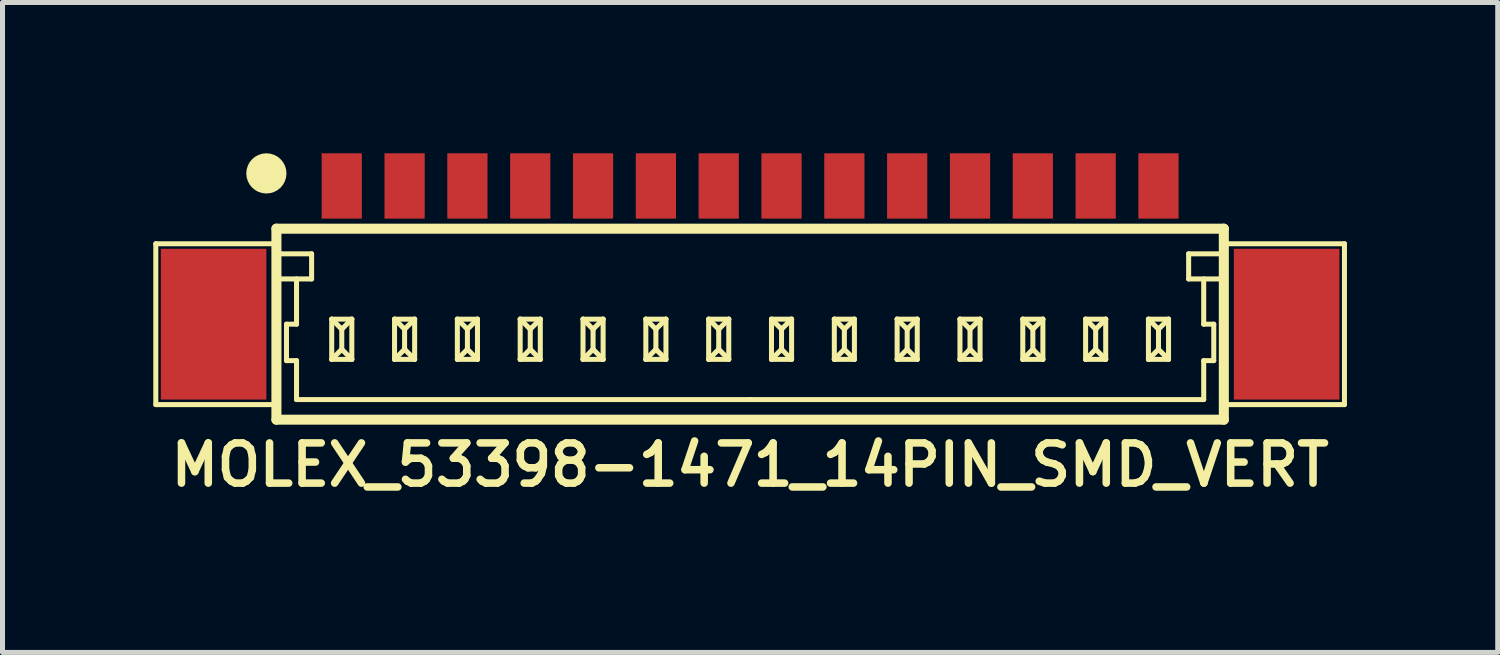
<source format=kicad_pcb>
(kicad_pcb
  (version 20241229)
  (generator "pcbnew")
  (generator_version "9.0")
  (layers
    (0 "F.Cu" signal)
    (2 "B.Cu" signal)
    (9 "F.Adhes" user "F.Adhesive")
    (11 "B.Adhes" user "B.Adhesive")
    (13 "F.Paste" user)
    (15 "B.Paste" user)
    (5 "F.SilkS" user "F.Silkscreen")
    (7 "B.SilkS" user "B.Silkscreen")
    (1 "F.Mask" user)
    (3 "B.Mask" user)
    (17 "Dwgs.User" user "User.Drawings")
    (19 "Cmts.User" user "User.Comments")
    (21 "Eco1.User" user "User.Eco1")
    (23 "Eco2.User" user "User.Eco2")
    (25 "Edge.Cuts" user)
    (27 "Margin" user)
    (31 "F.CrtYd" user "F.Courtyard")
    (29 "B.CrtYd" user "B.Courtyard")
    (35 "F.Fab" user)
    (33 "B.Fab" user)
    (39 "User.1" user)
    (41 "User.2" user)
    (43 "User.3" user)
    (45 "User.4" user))
  (footprint "MOLEX_53398-1471_14PIN_SMD_VERT"
    (layer "F.Cu")
    (at 11.875 3.4)
    (property "Reference" "MOLEX_53398-1471_14PIN_SMD_VERT" (at 0 2.8 0) (layer "F.SilkS") (effects (font (size 0.8 0.8) (thickness 0.15))))
    (attr through_hole)
    (fp_line (start -11.825 -1.6) (end -9.425 -1.6) (stroke (width 0.1) (type solid)) (layer "F.SilkS"))
    (fp_line (start -11.825 1.6) (end -11.825 -1.6) (stroke (width 0.1) (type solid)) (layer "F.SilkS"))
    (fp_line (start -9.425 -1.9) (end -9.425 1.9) (stroke (width 0.2) (type solid)) (layer "F.SilkS"))
    (fp_line (start -9.425 -1.9) (end 9.425 -1.9) (stroke (width 0.2) (type solid)) (layer "F.SilkS"))
    (fp_line (start -9.425 -0.9) (end -8.725 -0.9) (stroke (width 0.1) (type solid)) (layer "F.SilkS"))
    (fp_line (start -9.425 1.6) (end -11.825 1.6) (stroke (width 0.1) (type solid)) (layer "F.SilkS"))
    (fp_line (start -9.425 1.9) (end 9.425 1.9) (stroke (width 0.2) (type solid)) (layer "F.SilkS"))
    (fp_line (start -9.225 0) (end -9.025 0) (stroke (width 0.1) (type solid)) (layer "F.SilkS"))
    (fp_line (start -9.225 0.725) (end -9.225 0) (stroke (width 0.1) (type solid)) (layer "F.SilkS"))
    (fp_line (start -9.025 0) (end -9.025 -0.9) (stroke (width 0.1) (type solid)) (layer "F.SilkS"))
    (fp_line (start -9.025 0.725) (end -9.225 0.725) (stroke (width 0.1) (type solid)) (layer "F.SilkS"))
    (fp_line (start -9.025 1.5) (end -9.025 0.725) (stroke (width 0.1) (type solid)) (layer "F.SilkS"))
    (fp_line (start -8.725 -1.4) (end -9.425 -1.4) (stroke (width 0.1) (type solid)) (layer "F.SilkS"))
    (fp_line (start -8.725 -0.9) (end -8.725 -1.4) (stroke (width 0.1) (type solid)) (layer "F.SilkS"))
    (fp_line (start -8.325 -0.1) (end -8.325 0.7) (stroke (width 0.1) (type solid)) (layer "F.SilkS"))
    (fp_line (start -8.325 -0.1) (end -8.125 0.1) (stroke (width 0.1) (type solid)) (layer "F.SilkS"))
    (fp_line (start -8.325 -0.1) (end -7.925 -0.1) (stroke (width 0.1) (type solid)) (layer "F.SilkS"))
    (fp_line (start -8.325 0.7) (end -8.125 0.5) (stroke (width 0.1) (type solid)) (layer "F.SilkS"))
    (fp_line (start -8.325 0.7) (end -7.925 0.7) (stroke (width 0.1) (type solid)) (layer "F.SilkS"))
    (fp_line (start -8.125 0.1) (end -7.925 -0.1) (stroke (width 0.1) (type solid)) (layer "F.SilkS"))
    (fp_line (start -8.125 0.5) (end -8.125 0.1) (stroke (width 0.1) (type solid)) (layer "F.SilkS"))
    (fp_line (start -8.125 0.5) (end -7.925 0.7) (stroke (width 0.1) (type solid)) (layer "F.SilkS"))
    (fp_line (start -7.925 -0.1) (end -7.925 0.7) (stroke (width 0.1) (type solid)) (layer "F.SilkS"))
    (fp_line (start -7.075 -0.1) (end -7.075 0.7) (stroke (width 0.1) (type solid)) (layer "F.SilkS"))
    (fp_line (start -7.075 -0.1) (end -6.875 0.1) (stroke (width 0.1) (type solid)) (layer "F.SilkS"))
    (fp_line (start -7.075 -0.1) (end -6.675 -0.1) (stroke (width 0.1) (type solid)) (layer "F.SilkS"))
    (fp_line (start -7.075 0.7) (end -6.875 0.5) (stroke (width 0.1) (type solid)) (layer "F.SilkS"))
    (fp_line (start -7.075 0.7) (end -6.675 0.7) (stroke (width 0.1) (type solid)) (layer "F.SilkS"))
    (fp_line (start -6.875 0.1) (end -6.675 -0.1) (stroke (width 0.1) (type solid)) (layer "F.SilkS"))
    (fp_line (start -6.875 0.5) (end -6.875 0.1) (stroke (width 0.1) (type solid)) (layer "F.SilkS"))
    (fp_line (start -6.875 0.5) (end -6.675 0.7) (stroke (width 0.1) (type solid)) (layer "F.SilkS"))
    (fp_line (start -6.675 -0.1) (end -6.675 0.7) (stroke (width 0.1) (type solid)) (layer "F.SilkS"))
    (fp_line (start -5.825 -0.1) (end -5.825 0.7) (stroke (width 0.1) (type solid)) (layer "F.SilkS"))
    (fp_line (start -5.825 -0.1) (end -5.625 0.1) (stroke (width 0.1) (type solid)) (layer "F.SilkS"))
    (fp_line (start -5.825 -0.1) (end -5.425 -0.1) (stroke (width 0.1) (type solid)) (layer "F.SilkS"))
    (fp_line (start -5.825 0.7) (end -5.625 0.5) (stroke (width 0.1) (type solid)) (layer "F.SilkS"))
    (fp_line (start -5.825 0.7) (end -5.425 0.7) (stroke (width 0.1) (type solid)) (layer "F.SilkS"))
    (fp_line (start -5.625 0.1) (end -5.425 -0.1) (stroke (width 0.1) (type solid)) (layer "F.SilkS"))
    (fp_line (start -5.625 0.5) (end -5.625 0.1) (stroke (width 0.1) (type solid)) (layer "F.SilkS"))
    (fp_line (start -5.625 0.5) (end -5.425 0.7) (stroke (width 0.1) (type solid)) (layer "F.SilkS"))
    (fp_line (start -5.425 -0.1) (end -5.425 0.7) (stroke (width 0.1) (type solid)) (layer "F.SilkS"))
    (fp_line (start -4.575 -0.1) (end -4.575 0.7) (stroke (width 0.1) (type solid)) (layer "F.SilkS"))
    (fp_line (start -4.575 -0.1) (end -4.375 0.1) (stroke (width 0.1) (type solid)) (layer "F.SilkS"))
    (fp_line (start -4.575 -0.1) (end -4.175 -0.1) (stroke (width 0.1) (type solid)) (layer "F.SilkS"))
    (fp_line (start -4.575 0.7) (end -4.375 0.5) (stroke (width 0.1) (type solid)) (layer "F.SilkS"))
    (fp_line (start -4.575 0.7) (end -4.175 0.7) (stroke (width 0.1) (type solid)) (layer "F.SilkS"))
    (fp_line (start -4.375 0.1) (end -4.175 -0.1) (stroke (width 0.1) (type solid)) (layer "F.SilkS"))
    (fp_line (start -4.375 0.5) (end -4.375 0.1) (stroke (width 0.1) (type solid)) (layer "F.SilkS"))
    (fp_line (start -4.375 0.5) (end -4.175 0.7) (stroke (width 0.1) (type solid)) (layer "F.SilkS"))
    (fp_line (start -4.175 -0.1) (end -4.175 0.7) (stroke (width 0.1) (type solid)) (layer "F.SilkS"))
    (fp_line (start -3.325 -0.1) (end -3.325 0.7) (stroke (width 0.1) (type solid)) (layer "F.SilkS"))
    (fp_line (start -3.325 -0.1) (end -3.125 0.1) (stroke (width 0.1) (type solid)) (layer "F.SilkS"))
    (fp_line (start -3.325 -0.1) (end -2.925 -0.1) (stroke (width 0.1) (type solid)) (layer "F.SilkS"))
    (fp_line (start -3.325 0.7) (end -3.125 0.5) (stroke (width 0.1) (type solid)) (layer "F.SilkS"))
    (fp_line (start -3.325 0.7) (end -2.925 0.7) (stroke (width 0.1) (type solid)) (layer "F.SilkS"))
    (fp_line (start -3.125 0.1) (end -2.925 -0.1) (stroke (width 0.1) (type solid)) (layer "F.SilkS"))
    (fp_line (start -3.125 0.5) (end -3.125 0.1) (stroke (width 0.1) (type solid)) (layer "F.SilkS"))
    (fp_line (start -3.125 0.5) (end -2.925 0.7) (stroke (width 0.1) (type solid)) (layer "F.SilkS"))
    (fp_line (start -2.925 -0.1) (end -2.925 0.7) (stroke (width 0.1) (type solid)) (layer "F.SilkS"))
    (fp_line (start -2.075 -0.1) (end -2.075 0.7) (stroke (width 0.1) (type solid)) (layer "F.SilkS"))
    (fp_line (start -2.075 -0.1) (end -1.875 0.1) (stroke (width 0.1) (type solid)) (layer "F.SilkS"))
    (fp_line (start -2.075 -0.1) (end -1.675 -0.1) (stroke (width 0.1) (type solid)) (layer "F.SilkS"))
    (fp_line (start -2.075 0.7) (end -1.875 0.5) (stroke (width 0.1) (type solid)) (layer "F.SilkS"))
    (fp_line (start -2.075 0.7) (end -1.675 0.7) (stroke (width 0.1) (type solid)) (layer "F.SilkS"))
    (fp_line (start -1.875 0.1) (end -1.675 -0.1) (stroke (width 0.1) (type solid)) (layer "F.SilkS"))
    (fp_line (start -1.875 0.5) (end -1.875 0.1) (stroke (width 0.1) (type solid)) (layer "F.SilkS"))
    (fp_line (start -1.875 0.5) (end -1.675 0.7) (stroke (width 0.1) (type solid)) (layer "F.SilkS"))
    (fp_line (start -1.675 -0.1) (end -1.675 0.7) (stroke (width 0.1) (type solid)) (layer "F.SilkS"))
    (fp_line (start -0.825 -0.1) (end -0.825 0.7) (stroke (width 0.1) (type solid)) (layer "F.SilkS"))
    (fp_line (start -0.825 -0.1) (end -0.625 0.1) (stroke (width 0.1) (type solid)) (layer "F.SilkS"))
    (fp_line (start -0.825 -0.1) (end -0.425 -0.1) (stroke (width 0.1) (type solid)) (layer "F.SilkS"))
    (fp_line (start -0.825 0.7) (end -0.625 0.5) (stroke (width 0.1) (type solid)) (layer "F.SilkS"))
    (fp_line (start -0.825 0.7) (end -0.425 0.7) (stroke (width 0.1) (type solid)) (layer "F.SilkS"))
    (fp_line (start -0.625 0.1) (end -0.425 -0.1) (stroke (width 0.1) (type solid)) (layer "F.SilkS"))
    (fp_line (start -0.625 0.5) (end -0.625 0.1) (stroke (width 0.1) (type solid)) (layer "F.SilkS"))
    (fp_line (start -0.625 0.5) (end -0.425 0.7) (stroke (width 0.1) (type solid)) (layer "F.SilkS"))
    (fp_line (start -0.425 -0.1) (end -0.425 0.7) (stroke (width 0.1) (type solid)) (layer "F.SilkS"))
    (fp_line (start 0 1.5) (end -9.025 1.5) (stroke (width 0.1) (type solid)) (layer "F.SilkS"))
    (fp_line (start 0 1.5) (end 9.025 1.5) (stroke (width 0.1) (type solid)) (layer "F.SilkS"))
    (fp_line (start 0.425 -0.1) (end 0.425 0.7) (stroke (width 0.1) (type solid)) (layer "F.SilkS"))
    (fp_line (start 0.425 -0.1) (end 0.625 0.1) (stroke (width 0.1) (type solid)) (layer "F.SilkS"))
    (fp_line (start 0.425 -0.1) (end 0.825 -0.1) (stroke (width 0.1) (type solid)) (layer "F.SilkS"))
    (fp_line (start 0.425 0.7) (end 0.625 0.5) (stroke (width 0.1) (type solid)) (layer "F.SilkS"))
    (fp_line (start 0.425 0.7) (end 0.825 0.7) (stroke (width 0.1) (type solid)) (layer "F.SilkS"))
    (fp_line (start 0.625 0.1) (end 0.825 -0.1) (stroke (width 0.1) (type solid)) (layer "F.SilkS"))
    (fp_line (start 0.625 0.5) (end 0.625 0.1) (stroke (width 0.1) (type solid)) (layer "F.SilkS"))
    (fp_line (start 0.625 0.5) (end 0.825 0.7) (stroke (width 0.1) (type solid)) (layer "F.SilkS"))
    (fp_line (start 0.825 -0.1) (end 0.825 0.7) (stroke (width 0.1) (type solid)) (layer "F.SilkS"))
    (fp_line (start 1.675 -0.1) (end 1.675 0.7) (stroke (width 0.1) (type solid)) (layer "F.SilkS"))
    (fp_line (start 1.675 -0.1) (end 1.875 0.1) (stroke (width 0.1) (type solid)) (layer "F.SilkS"))
    (fp_line (start 1.675 -0.1) (end 2.075 -0.1) (stroke (width 0.1) (type solid)) (layer "F.SilkS"))
    (fp_line (start 1.675 0.7) (end 1.875 0.5) (stroke (width 0.1) (type solid)) (layer "F.SilkS"))
    (fp_line (start 1.675 0.7) (end 2.075 0.7) (stroke (width 0.1) (type solid)) (layer "F.SilkS"))
    (fp_line (start 1.875 0.1) (end 2.075 -0.1) (stroke (width 0.1) (type solid)) (layer "F.SilkS"))
    (fp_line (start 1.875 0.5) (end 1.875 0.1) (stroke (width 0.1) (type solid)) (layer "F.SilkS"))
    (fp_line (start 1.875 0.5) (end 2.075 0.7) (stroke (width 0.1) (type solid)) (layer "F.SilkS"))
    (fp_line (start 2.075 -0.1) (end 2.075 0.7) (stroke (width 0.1) (type solid)) (layer "F.SilkS"))
    (fp_line (start 2.925 -0.1) (end 2.925 0.7) (stroke (width 0.1) (type solid)) (layer "F.SilkS"))
    (fp_line (start 2.925 -0.1) (end 3.125 0.1) (stroke (width 0.1) (type solid)) (layer "F.SilkS"))
    (fp_line (start 2.925 -0.1) (end 3.325 -0.1) (stroke (width 0.1) (type solid)) (layer "F.SilkS"))
    (fp_line (start 2.925 0.7) (end 3.125 0.5) (stroke (width 0.1) (type solid)) (layer "F.SilkS"))
    (fp_line (start 2.925 0.7) (end 3.325 0.7) (stroke (width 0.1) (type solid)) (layer "F.SilkS"))
    (fp_line (start 3.125 0.1) (end 3.325 -0.1) (stroke (width 0.1) (type solid)) (layer "F.SilkS"))
    (fp_line (start 3.125 0.5) (end 3.125 0.1) (stroke (width 0.1) (type solid)) (layer "F.SilkS"))
    (fp_line (start 3.125 0.5) (end 3.325 0.7) (stroke (width 0.1) (type solid)) (layer "F.SilkS"))
    (fp_line (start 3.325 -0.1) (end 3.325 0.7) (stroke (width 0.1) (type solid)) (layer "F.SilkS"))
    (fp_line (start 4.175 -0.1) (end 4.175 0.7) (stroke (width 0.1) (type solid)) (layer "F.SilkS"))
    (fp_line (start 4.175 -0.1) (end 4.375 0.1) (stroke (width 0.1) (type solid)) (layer "F.SilkS"))
    (fp_line (start 4.175 -0.1) (end 4.575 -0.1) (stroke (width 0.1) (type solid)) (layer "F.SilkS"))
    (fp_line (start 4.175 0.7) (end 4.375 0.5) (stroke (width 0.1) (type solid)) (layer "F.SilkS"))
    (fp_line (start 4.175 0.7) (end 4.575 0.7) (stroke (width 0.1) (type solid)) (layer "F.SilkS"))
    (fp_line (start 4.375 0.1) (end 4.575 -0.1) (stroke (width 0.1) (type solid)) (layer "F.SilkS"))
    (fp_line (start 4.375 0.5) (end 4.375 0.1) (stroke (width 0.1) (type solid)) (layer "F.SilkS"))
    (fp_line (start 4.375 0.5) (end 4.575 0.7) (stroke (width 0.1) (type solid)) (layer "F.SilkS"))
    (fp_line (start 4.575 -0.1) (end 4.575 0.7) (stroke (width 0.1) (type solid)) (layer "F.SilkS"))
    (fp_line (start 5.425 -0.1) (end 5.425 0.7) (stroke (width 0.1) (type solid)) (layer "F.SilkS"))
    (fp_line (start 5.425 -0.1) (end 5.625 0.1) (stroke (width 0.1) (type solid)) (layer "F.SilkS"))
    (fp_line (start 5.425 -0.1) (end 5.825 -0.1) (stroke (width 0.1) (type solid)) (layer "F.SilkS"))
    (fp_line (start 5.425 0.7) (end 5.625 0.5) (stroke (width 0.1) (type solid)) (layer "F.SilkS"))
    (fp_line (start 5.425 0.7) (end 5.825 0.7) (stroke (width 0.1) (type solid)) (layer "F.SilkS"))
    (fp_line (start 5.625 0.1) (end 5.825 -0.1) (stroke (width 0.1) (type solid)) (layer "F.SilkS"))
    (fp_line (start 5.625 0.5) (end 5.625 0.1) (stroke (width 0.1) (type solid)) (layer "F.SilkS"))
    (fp_line (start 5.625 0.5) (end 5.825 0.7) (stroke (width 0.1) (type solid)) (layer "F.SilkS"))
    (fp_line (start 5.825 -0.1) (end 5.825 0.7) (stroke (width 0.1) (type solid)) (layer "F.SilkS"))
    (fp_line (start 6.675 -0.1) (end 6.675 0.7) (stroke (width 0.1) (type solid)) (layer "F.SilkS"))
    (fp_line (start 6.675 -0.1) (end 6.875 0.1) (stroke (width 0.1) (type solid)) (layer "F.SilkS"))
    (fp_line (start 6.675 -0.1) (end 7.075 -0.1) (stroke (width 0.1) (type solid)) (layer "F.SilkS"))
    (fp_line (start 6.675 0.7) (end 6.875 0.5) (stroke (width 0.1) (type solid)) (layer "F.SilkS"))
    (fp_line (start 6.675 0.7) (end 7.075 0.7) (stroke (width 0.1) (type solid)) (layer "F.SilkS"))
    (fp_line (start 6.875 0.1) (end 7.075 -0.1) (stroke (width 0.1) (type solid)) (layer "F.SilkS"))
    (fp_line (start 6.875 0.5) (end 6.875 0.1) (stroke (width 0.1) (type solid)) (layer "F.SilkS"))
    (fp_line (start 6.875 0.5) (end 7.075 0.7) (stroke (width 0.1) (type solid)) (layer "F.SilkS"))
    (fp_line (start 7.075 -0.1) (end 7.075 0.7) (stroke (width 0.1) (type solid)) (layer "F.SilkS"))
    (fp_line (start 7.925 -0.1) (end 7.925 0.7) (stroke (width 0.1) (type solid)) (layer "F.SilkS"))
    (fp_line (start 7.925 -0.1) (end 8.125 0.1) (stroke (width 0.1) (type solid)) (layer "F.SilkS"))
    (fp_line (start 7.925 -0.1) (end 8.325 -0.1) (stroke (width 0.1) (type solid)) (layer "F.SilkS"))
    (fp_line (start 7.925 0.7) (end 8.125 0.5) (stroke (width 0.1) (type solid)) (layer "F.SilkS"))
    (fp_line (start 7.925 0.7) (end 8.325 0.7) (stroke (width 0.1) (type solid)) (layer "F.SilkS"))
    (fp_line (start 8.125 0.1) (end 8.325 -0.1) (stroke (width 0.1) (type solid)) (layer "F.SilkS"))
    (fp_line (start 8.125 0.5) (end 8.125 0.1) (stroke (width 0.1) (type solid)) (layer "F.SilkS"))
    (fp_line (start 8.125 0.5) (end 8.325 0.7) (stroke (width 0.1) (type solid)) (layer "F.SilkS"))
    (fp_line (start 8.325 -0.1) (end 8.325 0.7) (stroke (width 0.1) (type solid)) (layer "F.SilkS"))
    (fp_line (start 8.725 -1.4) (end 9.425 -1.4) (stroke (width 0.1) (type solid)) (layer "F.SilkS"))
    (fp_line (start 8.725 -0.9) (end 8.725 -1.4) (stroke (width 0.1) (type solid)) (layer "F.SilkS"))
    (fp_line (start 9.025 0) (end 9.025 -0.9) (stroke (width 0.1) (type solid)) (layer "F.SilkS"))
    (fp_line (start 9.025 0.725) (end 9.225 0.725) (stroke (width 0.1) (type solid)) (layer "F.SilkS"))
    (fp_line (start 9.025 1.5) (end 9.025 0.725) (stroke (width 0.1) (type solid)) (layer "F.SilkS"))
    (fp_line (start 9.225 0) (end 9.025 0) (stroke (width 0.1) (type solid)) (layer "F.SilkS"))
    (fp_line (start 9.225 0.725) (end 9.225 0) (stroke (width 0.1) (type solid)) (layer "F.SilkS"))
    (fp_line (start 9.425 -1.9) (end 9.425 1.9) (stroke (width 0.2) (type solid)) (layer "F.SilkS"))
    (fp_line (start 9.425 -0.9) (end 8.725 -0.9) (stroke (width 0.1) (type solid)) (layer "F.SilkS"))
    (fp_line (start 9.425 1.6) (end 11.825 1.6) (stroke (width 0.1) (type solid)) (layer "F.SilkS"))
    (fp_line (start 11.825 -1.6) (end 9.425 -1.6) (stroke (width 0.1) (type solid)) (layer "F.SilkS"))
    (fp_line (start 11.825 1.6) (end 11.825 -1.6) (stroke (width 0.1) (type solid)) (layer "F.SilkS"))
    (fp_circle (center -9.625 -3) (end -9.625 -2.8) (stroke (width 0.4) (type solid)) (fill no) (layer "F.SilkS"))
    (pad "" smd rect (at -10.675 0) (size 2.1 3) (layers "F.Cu" "F.Mask"))
    (pad "" smd rect (at 10.675 0) (size 2.1 3) (layers "F.Cu" "F.Mask"))
    (pad "1" smd rect (at -8.125 -2.75) (size 0.8 1.3) (layers "F.Cu" "F.Mask"))
    (pad "2" smd rect (at -6.875 -2.75) (size 0.8 1.3) (layers "F.Cu" "F.Mask"))
    (pad "3" smd rect (at -5.625 -2.75) (size 0.8 1.3) (layers "F.Cu" "F.Mask"))
    (pad "4" smd rect (at -4.375 -2.75) (size 0.8 1.3) (layers "F.Cu" "F.Mask"))
    (pad "5" smd rect (at -3.125 -2.75) (size 0.8 1.3) (layers "F.Cu" "F.Mask"))
    (pad "6" smd rect (at -1.875 -2.75) (size 0.8 1.3) (layers "F.Cu" "F.Mask"))
    (pad "7" smd rect (at -0.625 -2.75) (size 0.8 1.3) (layers "F.Cu" "F.Mask"))
    (pad "8" smd rect (at 0.625 -2.75) (size 0.8 1.3) (layers "F.Cu" "F.Mask"))
    (pad "9" smd rect (at 1.875 -2.75) (size 0.8 1.3) (layers "F.Cu" "F.Mask"))
    (pad "10" smd rect (at 3.125 -2.75) (size 0.8 1.3) (layers "F.Cu" "F.Mask"))
    (pad "11" smd rect (at 4.375 -2.75) (size 0.8 1.3) (layers "F.Cu" "F.Mask"))
    (pad "12" smd rect (at 5.625 -2.75) (size 0.8 1.3) (layers "F.Cu" "F.Mask"))
    (pad "13" smd rect (at 6.875 -2.75) (size 0.8 1.3) (layers "F.Cu" "F.Mask"))
    (pad "14" smd rect (at 8.125 -2.75) (size 0.8 1.3) (layers "F.Cu" "F.Mask")))
  (gr_rect
    (start -3 -3)
    (end 26.75 9.931)
    (stroke (width 0.1) (type default))
    (fill no)
    (layer "Edge.Cuts")))
</source>
